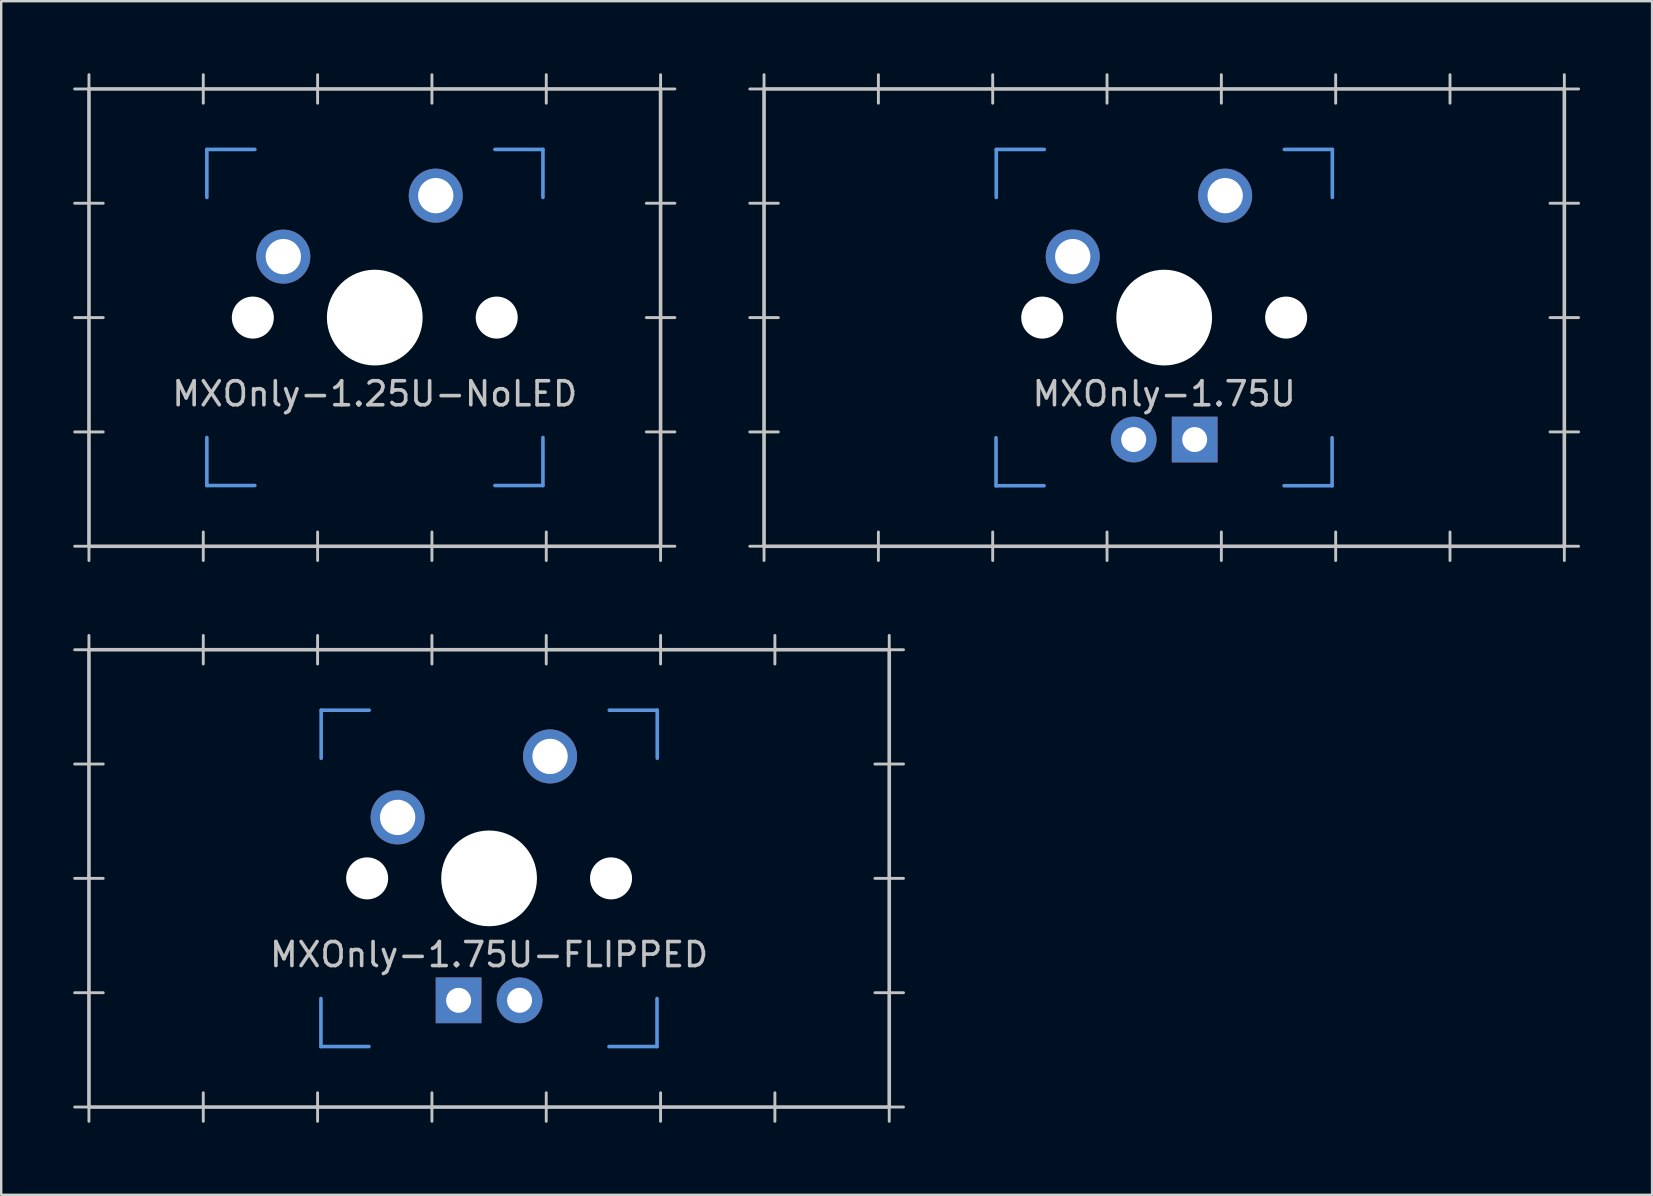
<source format=kicad_pcb>
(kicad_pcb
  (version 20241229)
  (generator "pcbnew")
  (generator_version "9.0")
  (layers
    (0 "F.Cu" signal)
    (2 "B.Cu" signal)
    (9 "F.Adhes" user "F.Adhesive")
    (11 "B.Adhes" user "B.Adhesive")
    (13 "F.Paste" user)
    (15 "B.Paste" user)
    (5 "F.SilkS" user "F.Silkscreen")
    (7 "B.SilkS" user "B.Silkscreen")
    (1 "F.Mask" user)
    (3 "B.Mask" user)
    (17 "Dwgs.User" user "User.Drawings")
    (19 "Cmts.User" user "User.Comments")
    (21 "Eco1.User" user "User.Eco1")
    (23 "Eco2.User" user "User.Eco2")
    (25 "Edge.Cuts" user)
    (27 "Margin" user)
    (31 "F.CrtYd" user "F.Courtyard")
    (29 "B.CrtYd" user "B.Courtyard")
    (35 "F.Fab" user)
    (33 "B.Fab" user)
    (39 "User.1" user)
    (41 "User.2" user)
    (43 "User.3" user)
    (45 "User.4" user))
  (footprint "MXOnly-1.75U"
    (layer "F.Cu")
    (at 45.447 10.18)
    (property "Reference" "MXOnly-1.75U" (at 0 3.175 0) (layer "Dwgs.User") (effects (font (size 1 1) (thickness 0.15))))
    (attr through_hole)
    (fp_line (start -17.264 -9.525) (end -16.669 -9.525) (stroke (width 0.12) (type solid)) (layer "Dwgs.User"))
    (fp_line (start -17.264 0) (end -16.073 0) (stroke (width 0.12) (type solid)) (layer "Dwgs.User"))
    (fp_line (start -17.264 4.763) (end -16.073 4.763) (stroke (width 0.12) (type solid)) (layer "Dwgs.User"))
    (fp_line (start -17.264 9.525) (end -16.669 9.525) (stroke (width 0.12) (type solid)) (layer "Dwgs.User"))
    (fp_line (start -16.669 -10.12) (end -16.669 -9.525) (stroke (width 0.12) (type solid)) (layer "Dwgs.User"))
    (fp_line (start -16.669 10.12) (end -16.669 9.525) (stroke (width 0.12) (type solid)) (layer "Dwgs.User"))
    (fp_line (start -16.669 -9.525) (end 16.669 -9.525) (stroke (width 0.15) (type solid)) (layer "Dwgs.User"))
    (fp_line (start -16.669 9.525) (end -16.669 -9.525) (stroke (width 0.15) (type solid)) (layer "Dwgs.User"))
    (fp_line (start -16.669 9.525) (end 16.669 9.525) (stroke (width 0.15) (type solid)) (layer "Dwgs.User"))
    (fp_line (start -16.073 -4.763) (end -17.264 -4.763) (stroke (width 0.12) (type solid)) (layer "Dwgs.User"))
    (fp_line (start -11.906 -10.12) (end -11.906 -8.93) (stroke (width 0.12) (type solid)) (layer "Dwgs.User"))
    (fp_line (start -11.906 8.93) (end -11.906 10.12) (stroke (width 0.12) (type solid)) (layer "Dwgs.User"))
    (fp_line (start -7.144 -10.12) (end -7.144 -8.93) (stroke (width 0.12) (type solid)) (layer "Dwgs.User"))
    (fp_line (start -7.144 10.12) (end -7.144 8.93) (stroke (width 0.12) (type solid)) (layer "Dwgs.User"))
    (fp_line (start -2.381 -8.93) (end -2.381 -10.12) (stroke (width 0.12) (type solid)) (layer "Dwgs.User"))
    (fp_line (start -2.381 10.12) (end -2.381 8.93) (stroke (width 0.12) (type solid)) (layer "Dwgs.User"))
    (fp_line (start 2.381 -10.12) (end 2.381 -8.93) (stroke (width 0.12) (type solid)) (layer "Dwgs.User"))
    (fp_line (start 2.381 8.93) (end 2.381 10.12) (stroke (width 0.12) (type solid)) (layer "Dwgs.User"))
    (fp_line (start 7.144 -10.12) (end 7.144 -8.93) (stroke (width 0.12) (type solid)) (layer "Dwgs.User"))
    (fp_line (start 7.144 8.93) (end 7.144 10.12) (stroke (width 0.12) (type solid)) (layer "Dwgs.User"))
    (fp_line (start 11.906 -8.93) (end 11.906 -10.12) (stroke (width 0.12) (type solid)) (layer "Dwgs.User"))
    (fp_line (start 11.906 10.12) (end 11.906 8.93) (stroke (width 0.12) (type solid)) (layer "Dwgs.User"))
    (fp_line (start 16.073 4.762) (end 17.264 4.762) (stroke (width 0.12) (type solid)) (layer "Dwgs.User"))
    (fp_line (start 16.669 -9.525) (end 16.669 9.525) (stroke (width 0.15) (type solid)) (layer "Dwgs.User"))
    (fp_line (start 16.669 -10.12) (end 16.669 -9.525) (stroke (width 0.12) (type solid)) (layer "Dwgs.User"))
    (fp_line (start 16.669 10.12) (end 16.669 9.525) (stroke (width 0.12) (type solid)) (layer "Dwgs.User"))
    (fp_line (start 17.264 -9.525) (end 16.669 -9.525) (stroke (width 0.12) (type solid)) (layer "Dwgs.User"))
    (fp_line (start 17.264 -4.763) (end 16.073 -4.763) (stroke (width 0.12) (type solid)) (layer "Dwgs.User"))
    (fp_line (start 17.264 -0.000008) (end 16.073 -0.000008) (stroke (width 0.12) (type solid)) (layer "Dwgs.User"))
    (fp_line (start 17.264 9.525) (end 16.669 9.525) (stroke (width 0.12) (type solid)) (layer "Dwgs.User"))
    (fp_line (start -7.005 7.005) (end -7.005 5.005) (stroke (width 0.15) (type solid)) (layer "Cmts.User"))
    (fp_line (start -6.995 -7.005) (end -6.995 -5.005) (stroke (width 0.15) (type solid)) (layer "Cmts.User"))
    (fp_line (start -5.005 7.005) (end -7.005 7.005) (stroke (width 0.15) (type solid)) (layer "Cmts.User"))
    (fp_line (start -4.995 -7.005) (end -6.995 -7.005) (stroke (width 0.15) (type solid)) (layer "Cmts.User"))
    (fp_line (start 4.995 7.005) (end 6.995 7.005) (stroke (width 0.15) (type solid)) (layer "Cmts.User"))
    (fp_line (start 5.005 -7.005) (end 7.005 -7.005) (stroke (width 0.15) (type solid)) (layer "Cmts.User"))
    (fp_line (start 6.995 7.005) (end 6.995 5.005) (stroke (width 0.15) (type solid)) (layer "Cmts.User"))
    (fp_line (start 7.005 -7.005) (end 7.005 -5.005) (stroke (width 0.15) (type solid)) (layer "Cmts.User"))
    (pad "" np_thru_hole circle (at -5.08 0 48.1) (size 1.75 1.75) (drill 1.75) (layers "*.Cu" "*.Mask"))
    (pad "" np_thru_hole circle (at 0 0) (size 3.988 3.988) (drill 3.988) (layers "*.Cu" "*.Mask"))
    (pad "" np_thru_hole circle (at 5.08 0 48.1) (size 1.75 1.75) (drill 1.75) (layers "*.Cu" "*.Mask"))
    (pad "1" thru_hole circle (at -3.81 -2.54) (size 2.25 2.25) (drill 1.47) (layers "*.Cu" "B.Mask"))
    (pad "2" thru_hole circle (at 2.54 -5.08) (size 2.25 2.25) (drill 1.47) (layers "*.Cu" "B.Mask"))
    (pad "3" thru_hole circle (at -1.27 5.08) (size 1.905 1.905) (drill 1.04) (layers "*.Cu" "B.Mask"))
    (pad "4" thru_hole rect (at 1.27 5.08) (size 1.905 1.905) (drill 1.04) (layers "*.Cu" "B.Mask")))
  (footprint "MXOnly-1.25U-NoLED"
    (layer "F.Cu")
    (at 12.562 10.18)
    (property "Reference" "MXOnly-1.25U-NoLED" (at 0 3.175 0) (layer "Dwgs.User") (effects (font (size 1 1) (thickness 0.15))))
    (attr through_hole)
    (fp_line (start -12.502 -9.525) (end -11.906 -9.525) (stroke (width 0.12) (type solid)) (layer "Dwgs.User"))
    (fp_line (start -12.502 0) (end -11.311 0) (stroke (width 0.12) (type solid)) (layer "Dwgs.User"))
    (fp_line (start -12.502 4.763) (end -11.311 4.763) (stroke (width 0.12) (type solid)) (layer "Dwgs.User"))
    (fp_line (start -12.502 9.525) (end -11.906 9.525) (stroke (width 0.12) (type solid)) (layer "Dwgs.User"))
    (fp_line (start -11.906 -10.12) (end -11.906 -9.525) (stroke (width 0.12) (type solid)) (layer "Dwgs.User"))
    (fp_line (start -11.906 10.12) (end -11.906 9.525) (stroke (width 0.12) (type solid)) (layer "Dwgs.User"))
    (fp_line (start -11.906 -9.525) (end 11.906 -9.525) (stroke (width 0.15) (type solid)) (layer "Dwgs.User"))
    (fp_line (start -11.906 9.525) (end -11.906 -9.525) (stroke (width 0.15) (type solid)) (layer "Dwgs.User"))
    (fp_line (start -11.906 9.525) (end 11.906 9.525) (stroke (width 0.15) (type solid)) (layer "Dwgs.User"))
    (fp_line (start -11.311 -4.763) (end -12.502 -4.763) (stroke (width 0.12) (type solid)) (layer "Dwgs.User"))
    (fp_line (start -7.144 -10.12) (end -7.144 -8.93) (stroke (width 0.12) (type solid)) (layer "Dwgs.User"))
    (fp_line (start -7.144 8.93) (end -7.144 10.12) (stroke (width 0.12) (type solid)) (layer "Dwgs.User"))
    (fp_line (start -2.381 -10.12) (end -2.381 -8.93) (stroke (width 0.12) (type solid)) (layer "Dwgs.User"))
    (fp_line (start -2.381 10.12) (end -2.381 8.93) (stroke (width 0.12) (type solid)) (layer "Dwgs.User"))
    (fp_line (start 2.381 -8.93) (end 2.381 -10.12) (stroke (width 0.12) (type solid)) (layer "Dwgs.User"))
    (fp_line (start 2.381 10.12) (end 2.381 8.93) (stroke (width 0.12) (type solid)) (layer "Dwgs.User"))
    (fp_line (start 7.144 -10.12) (end 7.144 -8.93) (stroke (width 0.12) (type solid)) (layer "Dwgs.User"))
    (fp_line (start 7.144 8.93) (end 7.144 10.12) (stroke (width 0.12) (type solid)) (layer "Dwgs.User"))
    (fp_line (start 11.311 4.762) (end 12.502 4.762) (stroke (width 0.12) (type solid)) (layer "Dwgs.User"))
    (fp_line (start 11.906 -9.525) (end 11.906 9.525) (stroke (width 0.15) (type solid)) (layer "Dwgs.User"))
    (fp_line (start 11.906 -10.12) (end 11.906 -9.525) (stroke (width 0.12) (type solid)) (layer "Dwgs.User"))
    (fp_line (start 11.906 10.12) (end 11.906 9.525) (stroke (width 0.12) (type solid)) (layer "Dwgs.User"))
    (fp_line (start 12.502 -9.525) (end 11.906 -9.525) (stroke (width 0.12) (type solid)) (layer "Dwgs.User"))
    (fp_line (start 12.502 -4.763) (end 11.311 -4.763) (stroke (width 0.12) (type solid)) (layer "Dwgs.User"))
    (fp_line (start 12.502 -0.000008) (end 11.311 -0.000008) (stroke (width 0.12) (type solid)) (layer "Dwgs.User"))
    (fp_line (start 12.502 9.525) (end 11.906 9.525) (stroke (width 0.12) (type solid)) (layer "Dwgs.User"))
    (fp_line (start -6.995 -7.005) (end -6.995 -5.005) (stroke (width 0.15) (type solid)) (layer "Cmts.User"))
    (fp_line (start -6.995 6.995) (end -6.995 4.995) (stroke (width 0.15) (type solid)) (layer "Cmts.User"))
    (fp_line (start -4.995 -7.005) (end -6.995 -7.005) (stroke (width 0.15) (type solid)) (layer "Cmts.User"))
    (fp_line (start -4.995 6.995) (end -6.995 6.995) (stroke (width 0.15) (type solid)) (layer "Cmts.User"))
    (fp_line (start 5.005 -7.005) (end 7.005 -7.005) (stroke (width 0.15) (type solid)) (layer "Cmts.User"))
    (fp_line (start 5.005 6.995) (end 7.005 6.995) (stroke (width 0.15) (type solid)) (layer "Cmts.User"))
    (fp_line (start 7.005 -7.005) (end 7.005 -5.005) (stroke (width 0.15) (type solid)) (layer "Cmts.User"))
    (fp_line (start 7.005 6.995) (end 7.005 4.995) (stroke (width 0.15) (type solid)) (layer "Cmts.User"))
    (pad "" np_thru_hole circle (at -5.08 0 48.1) (size 1.75 1.75) (drill 1.75) (layers "*.Cu" "*.Mask"))
    (pad "" np_thru_hole circle (at 0 0) (size 3.988 3.988) (drill 3.988) (layers "*.Cu" "*.Mask"))
    (pad "" np_thru_hole circle (at 5.08 0 48.1) (size 1.75 1.75) (drill 1.75) (layers "*.Cu" "*.Mask"))
    (pad "1" thru_hole circle (at -3.81 -2.54) (size 2.25 2.25) (drill 1.47) (layers "*.Cu" "B.Mask"))
    (pad "2" thru_hole circle (at 2.54 -5.08) (size 2.25 2.25) (drill 1.47) (layers "*.Cu" "B.Mask")))
  (footprint "MXOnly-1.75U-FLIPPED"
    (layer "F.Cu")
    (at 17.324 33.541)
    (property "Reference" "MXOnly-1.75U-FLIPPED" (at 0 3.175 0) (layer "Dwgs.User") (effects (font (size 1 1) (thickness 0.15))))
    (attr through_hole)
    (fp_line (start -17.264 -9.525) (end -16.669 -9.525) (stroke (width 0.12) (type solid)) (layer "Dwgs.User"))
    (fp_line (start -17.264 0) (end -16.073 0) (stroke (width 0.12) (type solid)) (layer "Dwgs.User"))
    (fp_line (start -17.264 4.763) (end -16.073 4.763) (stroke (width 0.12) (type solid)) (layer "Dwgs.User"))
    (fp_line (start -17.264 9.525) (end -16.669 9.525) (stroke (width 0.12) (type solid)) (layer "Dwgs.User"))
    (fp_line (start -16.669 -10.12) (end -16.669 -9.525) (stroke (width 0.12) (type solid)) (layer "Dwgs.User"))
    (fp_line (start -16.669 10.12) (end -16.669 9.525) (stroke (width 0.12) (type solid)) (layer "Dwgs.User"))
    (fp_line (start -16.669 -9.525) (end 16.669 -9.525) (stroke (width 0.15) (type solid)) (layer "Dwgs.User"))
    (fp_line (start -16.669 9.525) (end -16.669 -9.525) (stroke (width 0.15) (type solid)) (layer "Dwgs.User"))
    (fp_line (start -16.669 9.525) (end 16.669 9.525) (stroke (width 0.15) (type solid)) (layer "Dwgs.User"))
    (fp_line (start -16.073 -4.763) (end -17.264 -4.763) (stroke (width 0.12) (type solid)) (layer "Dwgs.User"))
    (fp_line (start -11.906 -10.12) (end -11.906 -8.93) (stroke (width 0.12) (type solid)) (layer "Dwgs.User"))
    (fp_line (start -11.906 8.93) (end -11.906 10.12) (stroke (width 0.12) (type solid)) (layer "Dwgs.User"))
    (fp_line (start -7.144 -10.12) (end -7.144 -8.93) (stroke (width 0.12) (type solid)) (layer "Dwgs.User"))
    (fp_line (start -7.144 10.12) (end -7.144 8.93) (stroke (width 0.12) (type solid)) (layer "Dwgs.User"))
    (fp_line (start -2.381 -8.93) (end -2.381 -10.12) (stroke (width 0.12) (type solid)) (layer "Dwgs.User"))
    (fp_line (start -2.381 10.12) (end -2.381 8.93) (stroke (width 0.12) (type solid)) (layer "Dwgs.User"))
    (fp_line (start 2.381 -10.12) (end 2.381 -8.93) (stroke (width 0.12) (type solid)) (layer "Dwgs.User"))
    (fp_line (start 2.381 8.93) (end 2.381 10.12) (stroke (width 0.12) (type solid)) (layer "Dwgs.User"))
    (fp_line (start 7.144 -10.12) (end 7.144 -8.93) (stroke (width 0.12) (type solid)) (layer "Dwgs.User"))
    (fp_line (start 7.144 8.93) (end 7.144 10.12) (stroke (width 0.12) (type solid)) (layer "Dwgs.User"))
    (fp_line (start 11.906 -8.93) (end 11.906 -10.12) (stroke (width 0.12) (type solid)) (layer "Dwgs.User"))
    (fp_line (start 11.906 10.12) (end 11.906 8.93) (stroke (width 0.12) (type solid)) (layer "Dwgs.User"))
    (fp_line (start 16.073 4.762) (end 17.264 4.762) (stroke (width 0.12) (type solid)) (layer "Dwgs.User"))
    (fp_line (start 16.669 -9.525) (end 16.669 9.525) (stroke (width 0.15) (type solid)) (layer "Dwgs.User"))
    (fp_line (start 16.669 -10.12) (end 16.669 -9.525) (stroke (width 0.12) (type solid)) (layer "Dwgs.User"))
    (fp_line (start 16.669 10.12) (end 16.669 9.525) (stroke (width 0.12) (type solid)) (layer "Dwgs.User"))
    (fp_line (start 17.264 -9.525) (end 16.669 -9.525) (stroke (width 0.12) (type solid)) (layer "Dwgs.User"))
    (fp_line (start 17.264 -4.763) (end 16.073 -4.763) (stroke (width 0.12) (type solid)) (layer "Dwgs.User"))
    (fp_line (start 17.264 -0.000008) (end 16.073 -0.000008) (stroke (width 0.12) (type solid)) (layer "Dwgs.User"))
    (fp_line (start 17.264 9.525) (end 16.669 9.525) (stroke (width 0.12) (type solid)) (layer "Dwgs.User"))
    (fp_line (start -7.005 7.005) (end -7.005 5.005) (stroke (width 0.15) (type solid)) (layer "Cmts.User"))
    (fp_line (start -6.995 -7.005) (end -6.995 -5.005) (stroke (width 0.15) (type solid)) (layer "Cmts.User"))
    (fp_line (start -5.005 7.005) (end -7.005 7.005) (stroke (width 0.15) (type solid)) (layer "Cmts.User"))
    (fp_line (start -4.995 -7.005) (end -6.995 -7.005) (stroke (width 0.15) (type solid)) (layer "Cmts.User"))
    (fp_line (start 4.995 7.005) (end 6.995 7.005) (stroke (width 0.15) (type solid)) (layer "Cmts.User"))
    (fp_line (start 5.005 -7.005) (end 7.005 -7.005) (stroke (width 0.15) (type solid)) (layer "Cmts.User"))
    (fp_line (start 6.995 7.005) (end 6.995 5.005) (stroke (width 0.15) (type solid)) (layer "Cmts.User"))
    (fp_line (start 7.005 -7.005) (end 7.005 -5.005) (stroke (width 0.15) (type solid)) (layer "Cmts.User"))
    (pad "" np_thru_hole circle (at -5.08 0 48.1) (size 1.75 1.75) (drill 1.75) (layers "*.Cu" "*.Mask"))
    (pad "" np_thru_hole circle (at 0 0) (size 3.988 3.988) (drill 3.988) (layers "*.Cu" "*.Mask"))
    (pad "" np_thru_hole circle (at 5.08 0 48.1) (size 1.75 1.75) (drill 1.75) (layers "*.Cu" "*.Mask"))
    (pad "1" thru_hole circle (at -3.81 -2.54) (size 2.25 2.25) (drill 1.47) (layers "*.Cu" "B.Mask"))
    (pad "2" thru_hole circle (at 2.54 -5.08) (size 2.25 2.25) (drill 1.47) (layers "*.Cu" "B.Mask"))
    (pad "3" thru_hole circle (at 1.27 5.08) (size 1.905 1.905) (drill 1.04) (layers "*.Cu" "B.Mask"))
    (pad "4" thru_hole rect (at -1.27 5.08) (size 1.905 1.905) (drill 1.04) (layers "*.Cu" "B.Mask")))
  (gr_rect
    (start -3 -3)
    (end 65.771 46.721)
    (stroke (width 0.1) (type default))
    (fill no)
    (layer "Edge.Cuts")))
</source>
